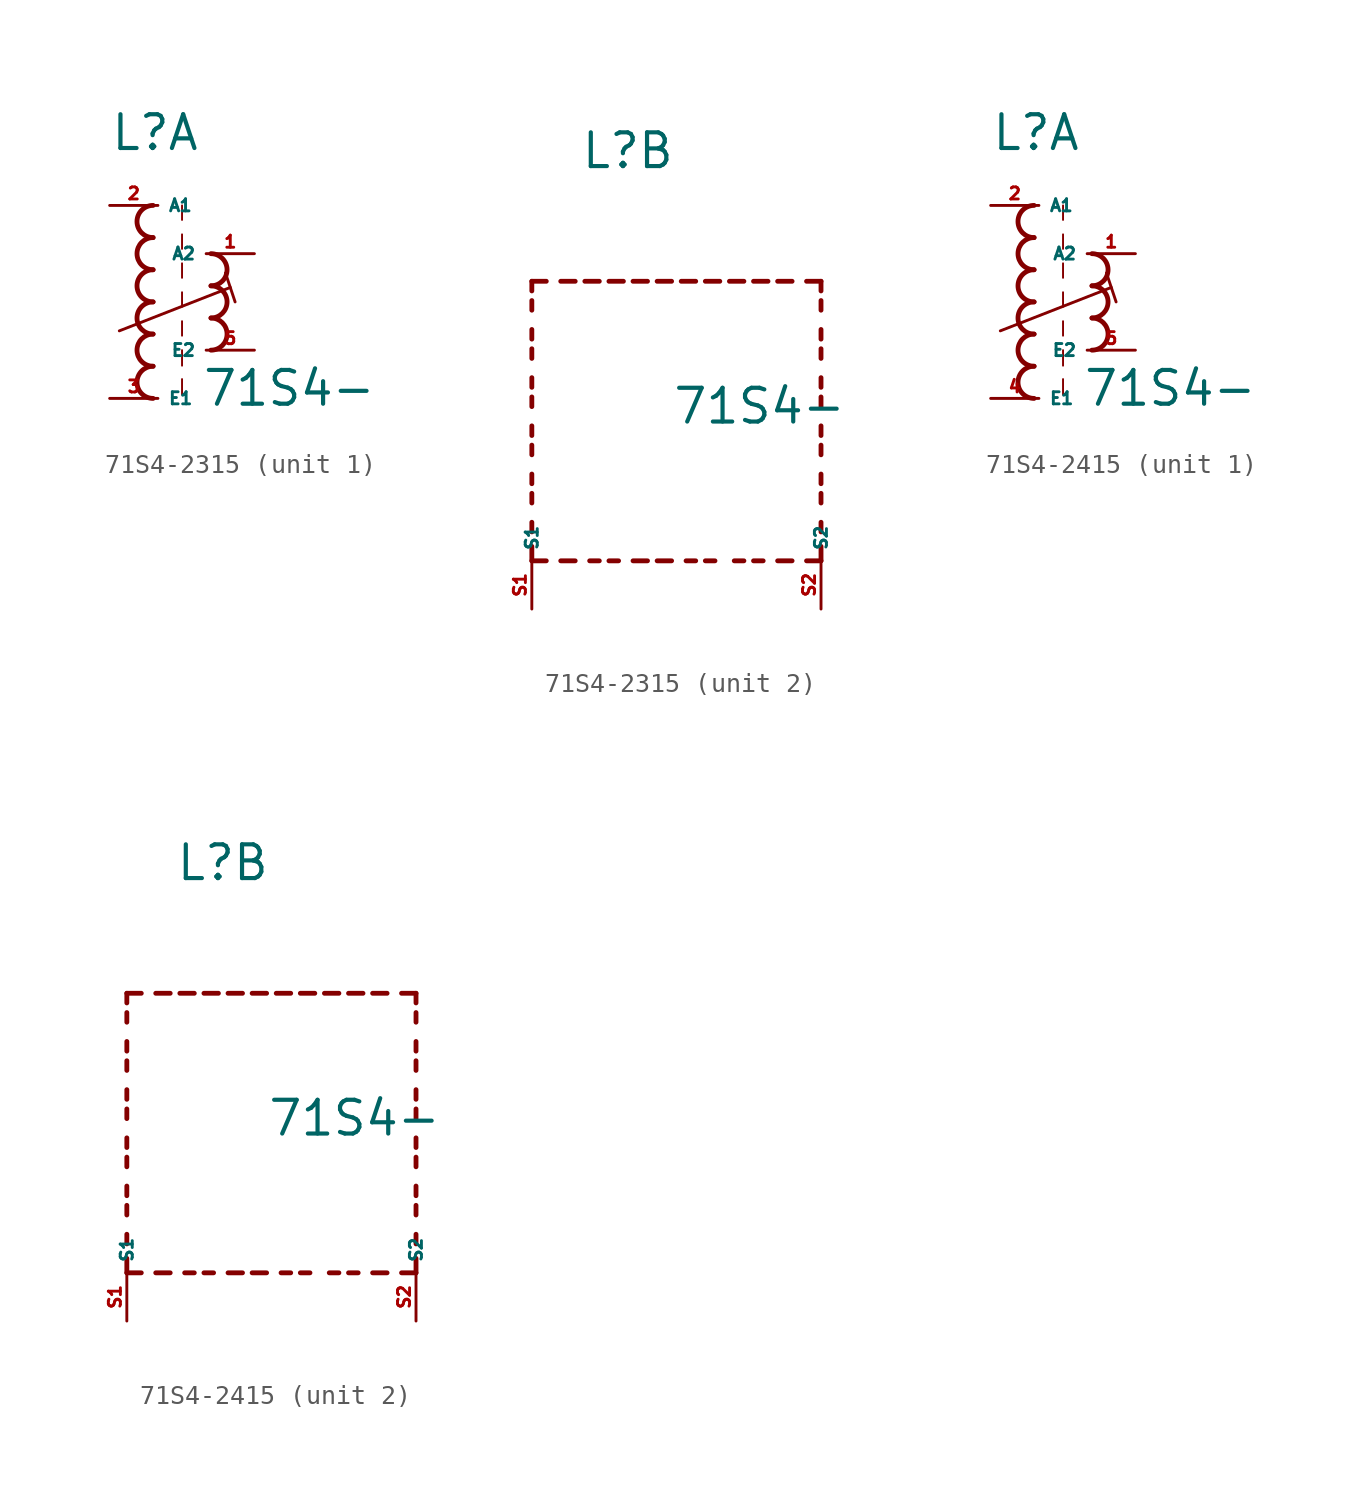
<source format=kicad_sym>
(kicad_symbol_lib
  (version 20220914)
  (generator kicad_symbol_editor)
  (symbol "71S4-2315"
    (property "Reference" "L"
      (at -2.54 7.874 0)
      (effects (font (size 1.778 1.778) (thickness 0.22)) (justify left bottom)))
    (property "Value" "71S4-"
      (at 2.286 -5.588 0)
      (effects (font (size 1.778 1.778) (thickness 0.22)) (justify left bottom)))
    (symbol "71S4-2315_1_0"
      (arc (start -0.254 -3.3866) (mid -1.1004 -4.2333) (end -0.254 -5.08) (stroke (width 0.254) (type default)) (fill (type none)))
      (arc (start -0.254 -1.6932) (mid -1.1004 -2.5399) (end -0.254 -3.3866) (stroke (width 0.254) (type default)) (fill (type none)))
      (arc (start -0.254 0) (mid -1.1004 -0.8467) (end -0.254 -1.6934) (stroke (width 0.254) (type default)) (fill (type none)))
      (arc (start -0.254 1.6934) (mid -1.1004 0.8467) (end -0.254 0) (stroke (width 0.254) (type default)) (fill (type none)))
      (arc (start -0.254 3.3866) (mid -1.1002 2.54) (end -0.254 1.6934) (stroke (width 0.254) (type default)) (fill (type none)))
      (arc (start -0.254 5.08) (mid -1.1004 4.2333) (end -0.254 3.3866) (stroke (width 0.254) (type default)) (fill (type none)))
      (polyline (pts (xy -2.032 -1.524) (xy 3.81 0.762)) (stroke (width 0.152) (type default)) (fill (type none)))
      (polyline (pts (xy 1.27 -4.064) (xy 1.27 -4.88)) (stroke (width 0.102) (type default)) (fill (type none)))
      (polyline (pts (xy 1.27 -2.54) (xy 1.27 -3.356)) (stroke (width 0.102) (type default)) (fill (type none)))
      (polyline (pts (xy 1.27 -1.016) (xy 1.27 -1.778)) (stroke (width 0.102) (type default)) (fill (type none)))
      (polyline (pts (xy 1.27 0.508) (xy 1.27 -0.254)) (stroke (width 0.102) (type default)) (fill (type none)))
      (polyline (pts (xy 1.27 2.032) (xy 1.27 1.27)) (stroke (width 0.102) (type default)) (fill (type none)))
      (polyline (pts (xy 1.27 3.556) (xy 1.27 2.794)) (stroke (width 0.102) (type default)) (fill (type none)))
      (polyline (pts (xy 1.27 5.08) (xy 1.27 4.318)) (stroke (width 0.102) (type default)) (fill (type none)))
      (polyline (pts (xy 3.556 1.524) (xy 4.064 0)) (stroke (width 0.152) (type default)) (fill (type none)))
      (arc (start 2.794 -2.54) (mid 3.6404 -1.6933) (end 2.794 -0.8466) (stroke (width 0.254) (type default)) (fill (type none)))
      (arc (start 2.794 -0.8466) (mid 3.6402 0) (end 2.794 0.8466) (stroke (width 0.254) (type default)) (fill (type none)))
      (arc (start 2.794 0.8466) (mid 3.6404 1.6933) (end 2.794 2.54) (stroke (width 0.254) (type default)) (fill (type none)))
      (pin passive line (at 5.08 2.54 180) (length 2.54) (name "A2" (effects (font (size 0.635 0.635)))) (number "1" (effects (font (size 0.635 0.635)))))
      (pin passive line (at -2.54 5.08 0) (length 2.54) (name "A1" (effects (font (size 0.635 0.635)))) (number "2" (effects (font (size 0.635 0.635)))))
      (pin passive line (at -2.54 -5.08 0) (length 2.54) (name "E1" (effects (font (size 0.635 0.635)))) (number "3" (effects (font (size 0.635 0.635)))))
      (pin passive line (at 5.08 -2.54 180) (length 2.54) (name "E2" (effects (font (size 0.635 0.635)))) (number "5" (effects (font (size 0.635 0.635))))))
    (symbol "71S4-2315_2_0"
      (polyline (pts (xy -5.08 -12.7) (xy -5.08 -11.938)) (stroke (width 0.254) (type default)) (fill (type none)))
      (polyline (pts (xy -5.08 -12.7) (xy -4.318 -12.7)) (stroke (width 0.254) (type default)) (fill (type none)))
      (polyline (pts (xy -5.08 -11.176) (xy -5.08 -10.668)) (stroke (width 0.254) (type default)) (fill (type none)))
      (polyline (pts (xy -5.08 -9.652) (xy -5.08 -9.144)) (stroke (width 0.254) (type default)) (fill (type none)))
      (polyline (pts (xy -5.08 -8.636) (xy -5.08 -8.128)) (stroke (width 0.254) (type default)) (fill (type none)))
      (polyline (pts (xy -5.08 -7.112) (xy -5.08 -6.604)) (stroke (width 0.254) (type default)) (fill (type none)))
      (polyline (pts (xy -5.08 -6.096) (xy -5.08 -5.588)) (stroke (width 0.254) (type default)) (fill (type none)))
      (polyline (pts (xy -5.08 -4.572) (xy -5.08 -4.064)) (stroke (width 0.254) (type default)) (fill (type none)))
      (polyline (pts (xy -5.08 -3.556) (xy -5.08 -3.048)) (stroke (width 0.254) (type default)) (fill (type none)))
      (polyline (pts (xy -5.08 -2.032) (xy -5.08 -1.524)) (stroke (width 0.254) (type default)) (fill (type none)))
      (polyline (pts (xy -5.08 -1.016) (xy -5.08 -0.508)) (stroke (width 0.254) (type default)) (fill (type none)))
      (polyline (pts (xy -5.08 0.508) (xy -5.08 1.016)) (stroke (width 0.254) (type default)) (fill (type none)))
      (polyline (pts (xy -5.08 1.524) (xy -5.08 2.032)) (stroke (width 0.254) (type default)) (fill (type none)))
      (polyline (pts (xy -5.08 2.032) (xy -4.318 2.032)) (stroke (width 0.254) (type default)) (fill (type none)))
      (polyline (pts (xy -3.556 -12.7) (xy -2.794 -12.7)) (stroke (width 0.254) (type default)) (fill (type none)))
      (polyline (pts (xy -3.556 2.032) (xy -2.794 2.032)) (stroke (width 0.254) (type default)) (fill (type none)))
      (polyline (pts (xy -1.524 -12.7) (xy -2.032 -12.7)) (stroke (width 0.254) (type default)) (fill (type none)))
      (polyline (pts (xy -1.524 2.032) (xy -2.286 2.032)) (stroke (width 0.254) (type default)) (fill (type none)))
      (polyline (pts (xy -1.016 2.032) (xy -0.254 2.032)) (stroke (width 0.254) (type default)) (fill (type none)))
      (polyline (pts (xy -0.508 -12.7) (xy -1.016 -12.7)) (stroke (width 0.254) (type default)) (fill (type none)))
      (polyline (pts (xy 1.016 -12.7) (xy 0.254 -12.7)) (stroke (width 0.254) (type default)) (fill (type none)))
      (polyline (pts (xy 1.016 2.032) (xy 0.254 2.032)) (stroke (width 0.254) (type default)) (fill (type none)))
      (polyline (pts (xy 1.524 -12.7) (xy 2.286 -12.7)) (stroke (width 0.254) (type default)) (fill (type none)))
      (polyline (pts (xy 1.524 2.032) (xy 2.286 2.032)) (stroke (width 0.254) (type default)) (fill (type none)))
      (polyline (pts (xy 3.556 -12.7) (xy 3.048 -12.7)) (stroke (width 0.254) (type default)) (fill (type none)))
      (polyline (pts (xy 3.556 2.032) (xy 2.794 2.032)) (stroke (width 0.254) (type default)) (fill (type none)))
      (polyline (pts (xy 4.064 2.032) (xy 4.826 2.032)) (stroke (width 0.254) (type default)) (fill (type none)))
      (polyline (pts (xy 4.572 -12.7) (xy 4.064 -12.7)) (stroke (width 0.254) (type default)) (fill (type none)))
      (polyline (pts (xy 6.096 -12.7) (xy 5.588 -12.7)) (stroke (width 0.254) (type default)) (fill (type none)))
      (polyline (pts (xy 6.096 2.032) (xy 5.334 2.032)) (stroke (width 0.254) (type default)) (fill (type none)))
      (polyline (pts (xy 6.604 2.032) (xy 7.366 2.032)) (stroke (width 0.254) (type default)) (fill (type none)))
      (polyline (pts (xy 7.112 -12.7) (xy 6.604 -12.7)) (stroke (width 0.254) (type default)) (fill (type none)))
      (polyline (pts (xy 8.636 -12.7) (xy 7.874 -12.7)) (stroke (width 0.254) (type default)) (fill (type none)))
      (polyline (pts (xy 8.636 2.032) (xy 7.874 2.032)) (stroke (width 0.254) (type default)) (fill (type none)))
      (polyline (pts (xy 10.16 -12.7) (xy 9.398 -12.7)) (stroke (width 0.254) (type default)) (fill (type none)))
      (polyline (pts (xy 10.16 -12.7) (xy 10.16 -11.938)) (stroke (width 0.254) (type default)) (fill (type none)))
      (polyline (pts (xy 10.16 -11.176) (xy 10.16 -10.668)) (stroke (width 0.254) (type default)) (fill (type none)))
      (polyline (pts (xy 10.16 -9.652) (xy 10.16 -9.144)) (stroke (width 0.254) (type default)) (fill (type none)))
      (polyline (pts (xy 10.16 -8.636) (xy 10.16 -8.128)) (stroke (width 0.254) (type default)) (fill (type none)))
      (polyline (pts (xy 10.16 -7.112) (xy 10.16 -6.604)) (stroke (width 0.254) (type default)) (fill (type none)))
      (polyline (pts (xy 10.16 -6.096) (xy 10.16 -5.588)) (stroke (width 0.254) (type default)) (fill (type none)))
      (polyline (pts (xy 10.16 -4.572) (xy 10.16 -4.064)) (stroke (width 0.254) (type default)) (fill (type none)))
      (polyline (pts (xy 10.16 -3.556) (xy 10.16 -3.048)) (stroke (width 0.254) (type default)) (fill (type none)))
      (polyline (pts (xy 10.16 -2.032) (xy 10.16 -1.524)) (stroke (width 0.254) (type default)) (fill (type none)))
      (polyline (pts (xy 10.16 -1.016) (xy 10.16 -0.508)) (stroke (width 0.254) (type default)) (fill (type none)))
      (polyline (pts (xy 10.16 0.508) (xy 10.16 1.016)) (stroke (width 0.254) (type default)) (fill (type none)))
      (polyline (pts (xy 10.16 1.524) (xy 10.16 2.032)) (stroke (width 0.254) (type default)) (fill (type none)))
      (polyline (pts (xy 10.16 2.032) (xy 9.398 2.032)) (stroke (width 0.254) (type default)) (fill (type none)))
      (pin passive line (at -5.08 -15.24 90) (length 2.54) (name "S1" (effects (font (size 0.635 0.635)))) (number "S1" (effects (font (size 0.635 0.635)))))
      (pin passive line (at 10.16 -15.24 90) (length 2.54) (name "S2" (effects (font (size 0.635 0.635)))) (number "S2" (effects (font (size 0.635 0.635)))))))
  (symbol "71S4-2415"
    (property "Reference" "L"
      (at -2.54 7.874 0)
      (effects (font (size 1.778 1.778) (thickness 0.22)) (justify left bottom)))
    (property "Value" "71S4-"
      (at 2.286 -5.588 0)
      (effects (font (size 1.778 1.778) (thickness 0.22)) (justify left bottom)))
    (symbol "71S4-2415_1_0"
      (arc (start -0.254 -3.3866) (mid -1.1004 -4.2333) (end -0.254 -5.08) (stroke (width 0.254) (type default)) (fill (type none)))
      (arc (start -0.254 -1.6932) (mid -1.1004 -2.5399) (end -0.254 -3.3866) (stroke (width 0.254) (type default)) (fill (type none)))
      (arc (start -0.254 0) (mid -1.1004 -0.8467) (end -0.254 -1.6934) (stroke (width 0.254) (type default)) (fill (type none)))
      (arc (start -0.254 1.6934) (mid -1.1004 0.8467) (end -0.254 0) (stroke (width 0.254) (type default)) (fill (type none)))
      (arc (start -0.254 3.3866) (mid -1.1002 2.54) (end -0.254 1.6934) (stroke (width 0.254) (type default)) (fill (type none)))
      (arc (start -0.254 5.08) (mid -1.1004 4.2333) (end -0.254 3.3866) (stroke (width 0.254) (type default)) (fill (type none)))
      (polyline (pts (xy -2.032 -1.524) (xy 3.81 0.762)) (stroke (width 0.152) (type default)) (fill (type none)))
      (polyline (pts (xy 1.27 -4.064) (xy 1.27 -4.88)) (stroke (width 0.102) (type default)) (fill (type none)))
      (polyline (pts (xy 1.27 -2.54) (xy 1.27 -3.356)) (stroke (width 0.102) (type default)) (fill (type none)))
      (polyline (pts (xy 1.27 -1.016) (xy 1.27 -1.778)) (stroke (width 0.102) (type default)) (fill (type none)))
      (polyline (pts (xy 1.27 0.508) (xy 1.27 -0.254)) (stroke (width 0.102) (type default)) (fill (type none)))
      (polyline (pts (xy 1.27 2.032) (xy 1.27 1.27)) (stroke (width 0.102) (type default)) (fill (type none)))
      (polyline (pts (xy 1.27 3.556) (xy 1.27 2.794)) (stroke (width 0.102) (type default)) (fill (type none)))
      (polyline (pts (xy 1.27 5.08) (xy 1.27 4.318)) (stroke (width 0.102) (type default)) (fill (type none)))
      (polyline (pts (xy 3.556 1.524) (xy 4.064 0)) (stroke (width 0.152) (type default)) (fill (type none)))
      (arc (start 2.794 -2.54) (mid 3.6404 -1.6933) (end 2.794 -0.8466) (stroke (width 0.254) (type default)) (fill (type none)))
      (arc (start 2.794 -0.8466) (mid 3.6402 0) (end 2.794 0.8466) (stroke (width 0.254) (type default)) (fill (type none)))
      (arc (start 2.794 0.8466) (mid 3.6404 1.6933) (end 2.794 2.54) (stroke (width 0.254) (type default)) (fill (type none)))
      (pin passive line (at 5.08 2.54 180) (length 2.54) (name "A2" (effects (font (size 0.635 0.635)))) (number "1" (effects (font (size 0.635 0.635)))))
      (pin passive line (at -2.54 5.08 0) (length 2.54) (name "A1" (effects (font (size 0.635 0.635)))) (number "2" (effects (font (size 0.635 0.635)))))
      (pin passive line (at -2.54 -5.08 0) (length 2.54) (name "E1" (effects (font (size 0.635 0.635)))) (number "4" (effects (font (size 0.635 0.635)))))
      (pin passive line (at 5.08 -2.54 180) (length 2.54) (name "E2" (effects (font (size 0.635 0.635)))) (number "5" (effects (font (size 0.635 0.635))))))
    (symbol "71S4-2415_2_0"
      (polyline (pts (xy -5.08 -12.7) (xy -5.08 -11.938)) (stroke (width 0.254) (type default)) (fill (type none)))
      (polyline (pts (xy -5.08 -12.7) (xy -4.318 -12.7)) (stroke (width 0.254) (type default)) (fill (type none)))
      (polyline (pts (xy -5.08 -11.176) (xy -5.08 -10.668)) (stroke (width 0.254) (type default)) (fill (type none)))
      (polyline (pts (xy -5.08 -9.652) (xy -5.08 -9.144)) (stroke (width 0.254) (type default)) (fill (type none)))
      (polyline (pts (xy -5.08 -8.636) (xy -5.08 -8.128)) (stroke (width 0.254) (type default)) (fill (type none)))
      (polyline (pts (xy -5.08 -7.112) (xy -5.08 -6.604)) (stroke (width 0.254) (type default)) (fill (type none)))
      (polyline (pts (xy -5.08 -6.096) (xy -5.08 -5.588)) (stroke (width 0.254) (type default)) (fill (type none)))
      (polyline (pts (xy -5.08 -4.572) (xy -5.08 -4.064)) (stroke (width 0.254) (type default)) (fill (type none)))
      (polyline (pts (xy -5.08 -3.556) (xy -5.08 -3.048)) (stroke (width 0.254) (type default)) (fill (type none)))
      (polyline (pts (xy -5.08 -2.032) (xy -5.08 -1.524)) (stroke (width 0.254) (type default)) (fill (type none)))
      (polyline (pts (xy -5.08 -1.016) (xy -5.08 -0.508)) (stroke (width 0.254) (type default)) (fill (type none)))
      (polyline (pts (xy -5.08 0.508) (xy -5.08 1.016)) (stroke (width 0.254) (type default)) (fill (type none)))
      (polyline (pts (xy -5.08 1.524) (xy -5.08 2.032)) (stroke (width 0.254) (type default)) (fill (type none)))
      (polyline (pts (xy -5.08 2.032) (xy -4.318 2.032)) (stroke (width 0.254) (type default)) (fill (type none)))
      (polyline (pts (xy -3.556 -12.7) (xy -2.794 -12.7)) (stroke (width 0.254) (type default)) (fill (type none)))
      (polyline (pts (xy -3.556 2.032) (xy -2.794 2.032)) (stroke (width 0.254) (type default)) (fill (type none)))
      (polyline (pts (xy -1.524 -12.7) (xy -2.032 -12.7)) (stroke (width 0.254) (type default)) (fill (type none)))
      (polyline (pts (xy -1.524 2.032) (xy -2.286 2.032)) (stroke (width 0.254) (type default)) (fill (type none)))
      (polyline (pts (xy -1.016 2.032) (xy -0.254 2.032)) (stroke (width 0.254) (type default)) (fill (type none)))
      (polyline (pts (xy -0.508 -12.7) (xy -1.016 -12.7)) (stroke (width 0.254) (type default)) (fill (type none)))
      (polyline (pts (xy 1.016 -12.7) (xy 0.254 -12.7)) (stroke (width 0.254) (type default)) (fill (type none)))
      (polyline (pts (xy 1.016 2.032) (xy 0.254 2.032)) (stroke (width 0.254) (type default)) (fill (type none)))
      (polyline (pts (xy 1.524 -12.7) (xy 2.286 -12.7)) (stroke (width 0.254) (type default)) (fill (type none)))
      (polyline (pts (xy 1.524 2.032) (xy 2.286 2.032)) (stroke (width 0.254) (type default)) (fill (type none)))
      (polyline (pts (xy 3.556 -12.7) (xy 3.048 -12.7)) (stroke (width 0.254) (type default)) (fill (type none)))
      (polyline (pts (xy 3.556 2.032) (xy 2.794 2.032)) (stroke (width 0.254) (type default)) (fill (type none)))
      (polyline (pts (xy 4.064 2.032) (xy 4.826 2.032)) (stroke (width 0.254) (type default)) (fill (type none)))
      (polyline (pts (xy 4.572 -12.7) (xy 4.064 -12.7)) (stroke (width 0.254) (type default)) (fill (type none)))
      (polyline (pts (xy 6.096 -12.7) (xy 5.588 -12.7)) (stroke (width 0.254) (type default)) (fill (type none)))
      (polyline (pts (xy 6.096 2.032) (xy 5.334 2.032)) (stroke (width 0.254) (type default)) (fill (type none)))
      (polyline (pts (xy 6.604 2.032) (xy 7.366 2.032)) (stroke (width 0.254) (type default)) (fill (type none)))
      (polyline (pts (xy 7.112 -12.7) (xy 6.604 -12.7)) (stroke (width 0.254) (type default)) (fill (type none)))
      (polyline (pts (xy 8.636 -12.7) (xy 7.874 -12.7)) (stroke (width 0.254) (type default)) (fill (type none)))
      (polyline (pts (xy 8.636 2.032) (xy 7.874 2.032)) (stroke (width 0.254) (type default)) (fill (type none)))
      (polyline (pts (xy 10.16 -12.7) (xy 9.398 -12.7)) (stroke (width 0.254) (type default)) (fill (type none)))
      (polyline (pts (xy 10.16 -12.7) (xy 10.16 -11.938)) (stroke (width 0.254) (type default)) (fill (type none)))
      (polyline (pts (xy 10.16 -11.176) (xy 10.16 -10.668)) (stroke (width 0.254) (type default)) (fill (type none)))
      (polyline (pts (xy 10.16 -9.652) (xy 10.16 -9.144)) (stroke (width 0.254) (type default)) (fill (type none)))
      (polyline (pts (xy 10.16 -8.636) (xy 10.16 -8.128)) (stroke (width 0.254) (type default)) (fill (type none)))
      (polyline (pts (xy 10.16 -7.112) (xy 10.16 -6.604)) (stroke (width 0.254) (type default)) (fill (type none)))
      (polyline (pts (xy 10.16 -6.096) (xy 10.16 -5.588)) (stroke (width 0.254) (type default)) (fill (type none)))
      (polyline (pts (xy 10.16 -4.572) (xy 10.16 -4.064)) (stroke (width 0.254) (type default)) (fill (type none)))
      (polyline (pts (xy 10.16 -3.556) (xy 10.16 -3.048)) (stroke (width 0.254) (type default)) (fill (type none)))
      (polyline (pts (xy 10.16 -2.032) (xy 10.16 -1.524)) (stroke (width 0.254) (type default)) (fill (type none)))
      (polyline (pts (xy 10.16 -1.016) (xy 10.16 -0.508)) (stroke (width 0.254) (type default)) (fill (type none)))
      (polyline (pts (xy 10.16 0.508) (xy 10.16 1.016)) (stroke (width 0.254) (type default)) (fill (type none)))
      (polyline (pts (xy 10.16 1.524) (xy 10.16 2.032)) (stroke (width 0.254) (type default)) (fill (type none)))
      (polyline (pts (xy 10.16 2.032) (xy 9.398 2.032)) (stroke (width 0.254) (type default)) (fill (type none)))
      (pin passive line (at -5.08 -15.24 90) (length 2.54) (name "S1" (effects (font (size 0.635 0.635)))) (number "S1" (effects (font (size 0.635 0.635)))))
      (pin passive line (at 10.16 -15.24 90) (length 2.54) (name "S2" (effects (font (size 0.635 0.635)))) (number "S2" (effects (font (size 0.635 0.635))))))))
</source>
